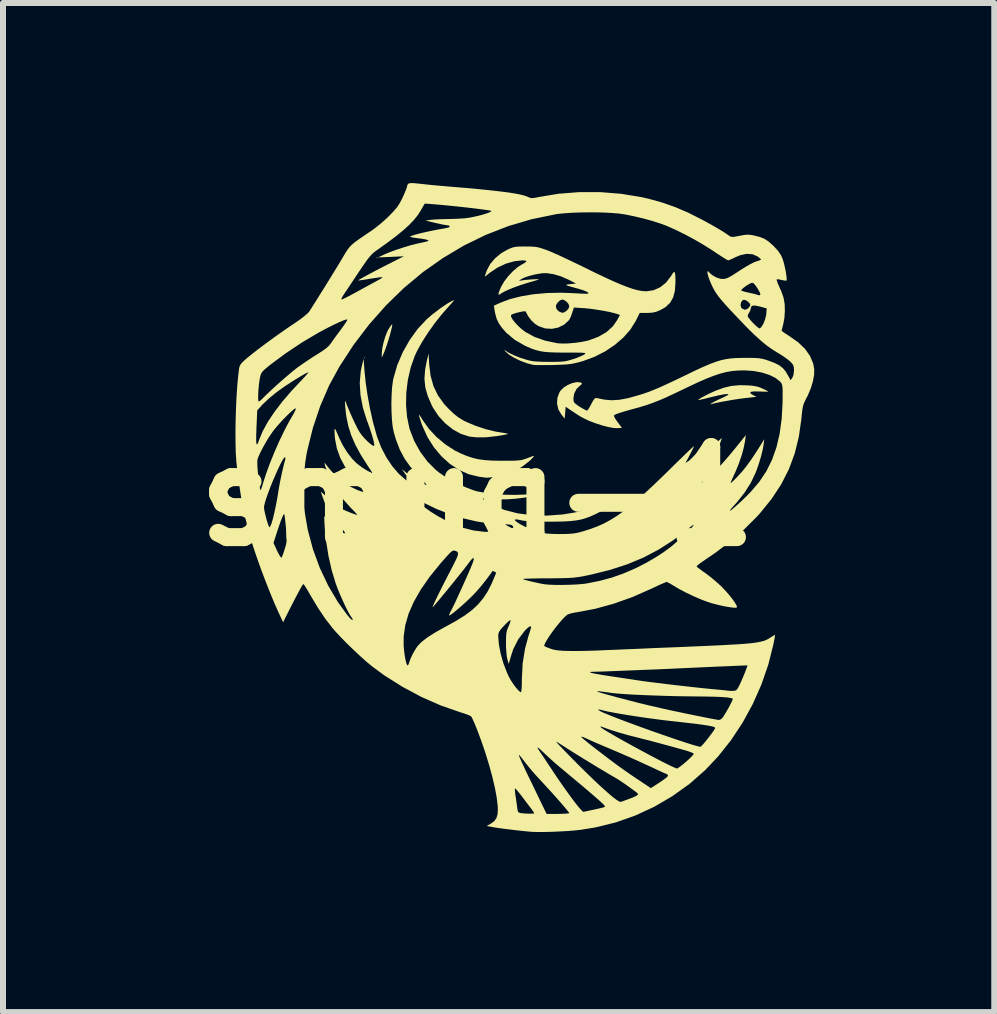
<source format=kicad_pcb>
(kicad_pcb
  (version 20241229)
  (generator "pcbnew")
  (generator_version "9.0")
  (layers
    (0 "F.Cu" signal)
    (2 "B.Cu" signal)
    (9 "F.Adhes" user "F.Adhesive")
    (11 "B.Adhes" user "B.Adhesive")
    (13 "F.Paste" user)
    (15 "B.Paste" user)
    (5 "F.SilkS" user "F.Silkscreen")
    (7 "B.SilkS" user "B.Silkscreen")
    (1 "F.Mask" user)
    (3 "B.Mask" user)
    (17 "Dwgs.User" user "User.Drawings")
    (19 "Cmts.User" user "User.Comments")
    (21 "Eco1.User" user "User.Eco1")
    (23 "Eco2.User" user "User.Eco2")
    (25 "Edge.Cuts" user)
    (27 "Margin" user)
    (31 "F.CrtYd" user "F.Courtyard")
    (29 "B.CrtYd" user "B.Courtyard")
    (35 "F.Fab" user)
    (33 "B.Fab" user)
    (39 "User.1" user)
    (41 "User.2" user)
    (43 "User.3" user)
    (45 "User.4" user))
  (footprint "smug-1"
    (layer "F.Cu")
    (at 4.907 5.221)
    (property "Reference" "smug-1" (at 0 0 0) (layer "F.SilkS") (effects (font (size 1.5 1.5) (thickness 0.3))))
    (attr board_only exclude_from_pos_files exclude_from_bom)
    (fp_poly (pts (xy -1.872 -2.31) (xy -1.881 -2.301) (xy -1.889 -2.31) (xy -1.881 -2.318)) (stroke (width 0) (type solid)) (fill yes) (layer "F.SilkS"))
    (fp_poly (pts (xy -1.666 -3.976) (xy -1.674 -3.967) (xy -1.683 -3.976) (xy -1.674 -3.984)) (stroke (width 0) (type solid)) (fill yes) (layer "F.SilkS"))
    (fp_poly (pts (xy 2.353 0.06) (xy 2.344 0.069) (xy 2.336 0.06) (xy 2.344 0.052)) (stroke (width 0) (type solid)) (fill yes) (layer "F.SilkS"))
    (fp_poly (pts (xy -1.422 -2.853) (xy -1.429 -2.812) (xy -1.444 -2.752) (xy -1.463 -2.68) (xy -1.486 -2.603) (xy -1.51 -2.528) (xy -1.533 -2.461) (xy -1.551 -2.413) (xy -1.596 -2.31) (xy -1.596 -2.38) (xy -1.589 -2.46) (xy -1.569 -2.556) (xy -1.54 -2.655) (xy -1.506 -2.743) (xy -1.483 -2.788) (xy -1.454 -2.832) (xy -1.432 -2.861) (xy -1.423 -2.868)) (stroke (width 0) (type solid)) (fill yes) (layer "F.SilkS"))
    (fp_poly (pts (xy -0.806 -2.198) (xy -0.782 -2.006) (xy -0.734 -1.836) (xy -0.659 -1.681) (xy -0.555 -1.537) (xy -0.474 -1.451) (xy -0.394 -1.375) (xy -0.321 -1.318) (xy -0.246 -1.271) (xy -0.189 -1.242) (xy -0.038 -1.178) (xy 0.129 -1.122) (xy 0.295 -1.081) (xy 0.384 -1.066) (xy 0.444 -1.057) (xy 0.488 -1.048) (xy 0.509 -1.042) (xy 0.509 -1.042) (xy 0.496 -1.037) (xy 0.456 -1.028) (xy 0.395 -1.017) (xy 0.337 -1.007) (xy 0.145 -0.985) (xy -0.019 -0.984) (xy -0.136 -0.997) (xy -0.275 -1.041) (xy -0.41 -1.115) (xy -0.537 -1.216) (xy -0.649 -1.337) (xy -0.742 -1.477) (xy -0.763 -1.517) (xy -0.83 -1.673) (xy -0.871 -1.818) (xy -0.885 -1.961) (xy -0.874 -2.113) (xy -0.846 -2.258) (xy -0.816 -2.379)) (stroke (width 0) (type solid)) (fill yes) (layer "F.SilkS"))
    (fp_poly (pts (xy -0.959 -1.343) (xy -0.93 -1.298) (xy -0.915 -1.272) (xy -0.812 -1.127) (xy -0.683 -0.989) (xy -0.536 -0.866) (xy -0.378 -0.764) (xy -0.28 -0.716) (xy -0.177 -0.673) (xy -0.082 -0.642) (xy 0.014 -0.619) (xy 0.118 -0.605) (xy 0.239 -0.597) (xy 0.385 -0.594) (xy 0.404 -0.594) (xy 0.518 -0.594) (xy 0.604 -0.595) (xy 0.669 -0.599) (xy 0.718 -0.604) (xy 0.758 -0.613) (xy 0.796 -0.625) (xy 0.807 -0.629) (xy 0.865 -0.651) (xy 0.914 -0.669) (xy 0.936 -0.677) (xy 0.94 -0.672) (xy 0.923 -0.649) (xy 0.887 -0.611) (xy 0.867 -0.592) (xy 0.74 -0.493) (xy 0.593 -0.412) (xy 0.436 -0.354) (xy 0.311 -0.328) (xy 0.242 -0.319) (xy 0.187 -0.314) (xy 0.153 -0.311) (xy 0.148 -0.311) (xy 0.122 -0.315) (xy 0.073 -0.321) (xy 0.019 -0.329) (xy -0.149 -0.37) (xy -0.31 -0.442) (xy -0.463 -0.543) (xy -0.603 -0.67) (xy -0.728 -0.819) (xy -0.835 -0.989) (xy -0.92 -1.176) (xy -0.938 -1.226) (xy -0.963 -1.302) (xy -0.975 -1.346) (xy -0.974 -1.36)) (stroke (width 0) (type solid)) (fill yes) (layer "F.SilkS"))
    (fp_poly (pts (xy 4.479 -1.851) (xy 4.572 -1.845) (xy 4.643 -1.834) (xy 4.704 -1.816) (xy 4.745 -1.798) (xy 4.796 -1.774) (xy 4.831 -1.756) (xy 4.843 -1.747) (xy 4.827 -1.745) (xy 4.785 -1.745) (xy 4.724 -1.747) (xy 4.699 -1.748) (xy 4.614 -1.75) (xy 4.561 -1.744) (xy 4.542 -1.73) (xy 4.556 -1.71) (xy 4.589 -1.689) (xy 4.646 -1.659) (xy 4.457 -1.638) (xy 4.369 -1.627) (xy 4.269 -1.612) (xy 4.165 -1.594) (xy 4.065 -1.576) (xy 3.977 -1.558) (xy 3.91 -1.542) (xy 3.886 -1.535) (xy 3.878 -1.536) (xy 3.897 -1.551) (xy 3.907 -1.558) (xy 3.949 -1.581) (xy 4.01 -1.611) (xy 4.073 -1.64) (xy 4.128 -1.666) (xy 4.167 -1.687) (xy 4.181 -1.7) (xy 4.181 -1.701) (xy 4.159 -1.706) (xy 4.107 -1.701) (xy 4.028 -1.686) (xy 3.924 -1.662) (xy 3.847 -1.643) (xy 3.777 -1.626) (xy 3.721 -1.613) (xy 3.686 -1.606) (xy 3.678 -1.606) (xy 3.687 -1.618) (xy 3.721 -1.64) (xy 3.774 -1.669) (xy 3.839 -1.703) (xy 3.911 -1.736) (xy 3.966 -1.761) (xy 4.103 -1.811) (xy 4.231 -1.841) (xy 4.365 -1.853)) (stroke (width 0) (type solid)) (fill yes) (layer "F.SilkS"))
    (fp_poly (pts (xy 0.888 -4.163) (xy 0.955 -4.159) (xy 1.013 -4.149) (xy 1.075 -4.131) (xy 1.151 -4.105) (xy 1.211 -4.081) (xy 1.296 -4.044) (xy 1.399 -3.997) (xy 1.514 -3.943) (xy 1.635 -3.885) (xy 1.735 -3.837) (xy 1.936 -3.738) (xy 2.11 -3.655) (xy 2.26 -3.586) (xy 2.388 -3.531) (xy 2.498 -3.488) (xy 2.591 -3.456) (xy 2.672 -3.435) (xy 2.742 -3.422) (xy 2.805 -3.418) (xy 2.814 -3.418) (xy 2.932 -3.435) (xy 3.042 -3.484) (xy 3.139 -3.561) (xy 3.219 -3.665) (xy 3.228 -3.679) (xy 3.255 -3.722) (xy 3.274 -3.74) (xy 3.286 -3.732) (xy 3.294 -3.694) (xy 3.297 -3.626) (xy 3.297 -3.564) (xy 3.288 -3.427) (xy 3.259 -3.315) (xy 3.207 -3.225) (xy 3.132 -3.154) (xy 3.05 -3.107) (xy 2.979 -3.077) (xy 2.914 -3.062) (xy 2.837 -3.057) (xy 2.823 -3.057) (xy 2.702 -3.057) (xy 2.636 -2.924) (xy 2.548 -2.783) (xy 2.431 -2.649) (xy 2.289 -2.526) (xy 2.127 -2.417) (xy 1.949 -2.326) (xy 1.759 -2.256) (xy 1.707 -2.241) (xy 1.634 -2.223) (xy 1.567 -2.209) (xy 1.497 -2.2) (xy 1.414 -2.195) (xy 1.311 -2.191) (xy 1.254 -2.189) (xy 1.155 -2.188) (xy 1.066 -2.188) (xy 0.994 -2.188) (xy 0.944 -2.19) (xy 0.927 -2.192) (xy 0.821 -2.219) (xy 0.712 -2.26) (xy 0.611 -2.309) (xy 0.526 -2.361) (xy 0.47 -2.41) (xy 0.448 -2.436) (xy 0.446 -2.442) (xy 0.455 -2.436) (xy 0.517 -2.396) (xy 0.604 -2.353) (xy 0.704 -2.312) (xy 0.802 -2.281) (xy 0.864 -2.264) (xy 0.924 -2.253) (xy 0.991 -2.247) (xy 1.074 -2.243) (xy 1.182 -2.242) (xy 1.194 -2.242) (xy 1.297 -2.242) (xy 1.374 -2.244) (xy 1.435 -2.249) (xy 1.487 -2.257) (xy 1.539 -2.271) (xy 1.597 -2.289) (xy 1.668 -2.314) (xy 1.73 -2.34) (xy 1.773 -2.361) (xy 1.782 -2.367) (xy 1.794 -2.377) (xy 1.796 -2.384) (xy 1.785 -2.389) (xy 1.757 -2.393) (xy 1.708 -2.395) (xy 1.634 -2.396) (xy 1.531 -2.396) (xy 1.473 -2.396) (xy 1.329 -2.397) (xy 1.213 -2.401) (xy 1.118 -2.408) (xy 1.036 -2.421) (xy 0.962 -2.441) (xy 0.888 -2.467) (xy 0.807 -2.503) (xy 0.78 -2.516) (xy 0.615 -2.612) (xy 0.476 -2.729) (xy 0.406 -2.81) (xy 0.354 -2.884) (xy 0.319 -2.956) (xy 0.301 -3.021) (xy 0.557 -3.021) (xy 0.559 -2.993) (xy 0.582 -2.95) (xy 0.623 -2.898) (xy 0.676 -2.841) (xy 0.735 -2.787) (xy 0.797 -2.74) (xy 0.799 -2.739) (xy 0.949 -2.657) (xy 1.126 -2.595) (xy 1.326 -2.553) (xy 1.331 -2.552) (xy 1.411 -2.547) (xy 1.513 -2.549) (xy 1.625 -2.559) (xy 1.734 -2.574) (xy 1.83 -2.594) (xy 1.85 -2.599) (xy 2.013 -2.66) (xy 2.148 -2.738) (xy 2.254 -2.834) (xy 2.325 -2.936) (xy 2.372 -3.023) (xy 2.332 -3.038) (xy 2.274 -3.055) (xy 2.191 -3.075) (xy 2.092 -3.094) (xy 1.986 -3.111) (xy 1.883 -3.126) (xy 1.792 -3.135) (xy 1.775 -3.136) (xy 1.605 -3.147) (xy 1.575 -3.055) (xy 1.555 -2.999) (xy 1.534 -2.954) (xy 1.524 -2.937) (xy 1.441 -2.861) (xy 1.343 -2.813) (xy 1.236 -2.792) (xy 1.126 -2.799) (xy 1.021 -2.835) (xy 0.957 -2.875) (xy 0.897 -2.931) (xy 0.843 -3.003) (xy 0.805 -3.074) (xy 0.802 -3.082) (xy 0.784 -3.085) (xy 0.744 -3.08) (xy 0.692 -3.069) (xy 0.637 -3.055) (xy 0.59 -3.039) (xy 0.561 -3.025) (xy 0.557 -3.021) (xy 0.301 -3.021) (xy 0.295 -3.041) (xy 0.283 -3.105) (xy 0.273 -3.17) (xy 1.305 -3.17) (xy 1.316 -3.122) (xy 1.351 -3.086) (xy 1.365 -3.077) (xy 1.406 -3.06) (xy 1.441 -3.065) (xy 1.483 -3.093) (xy 1.516 -3.131) (xy 1.528 -3.169) (xy 1.514 -3.208) (xy 1.48 -3.247) (xy 1.437 -3.274) (xy 1.411 -3.28) (xy 1.374 -3.266) (xy 1.337 -3.233) (xy 1.311 -3.193) (xy 1.305 -3.17) (xy 0.273 -3.17) (xy 0.272 -3.178) (xy 0.385 -3.229) (xy 0.544 -3.289) (xy 0.73 -3.335) (xy 0.936 -3.369) (xy 1.158 -3.389) (xy 1.389 -3.394) (xy 1.58 -3.387) (xy 1.669 -3.382) (xy 1.747 -3.378) (xy 1.805 -3.377) (xy 1.838 -3.378) (xy 1.843 -3.379) (xy 1.846 -3.393) (xy 1.817 -3.412) (xy 1.76 -3.435) (xy 1.677 -3.461) (xy 1.649 -3.468) (xy 1.563 -3.492) (xy 1.508 -3.508) (xy 1.481 -3.519) (xy 1.48 -3.527) (xy 1.502 -3.532) (xy 1.545 -3.537) (xy 1.546 -3.537) (xy 1.64 -3.547) (xy 1.52 -3.609) (xy 1.391 -3.666) (xy 1.265 -3.703) (xy 1.15 -3.72) (xy 1.076 -3.718) (xy 0.971 -3.701) (xy 0.872 -3.677) (xy 0.789 -3.65) (xy 0.731 -3.622) (xy 0.73 -3.621) (xy 0.698 -3.599) (xy 0.694 -3.591) (xy 0.716 -3.595) (xy 0.721 -3.597) (xy 0.756 -3.602) (xy 0.807 -3.608) (xy 0.866 -3.613) (xy 0.926 -3.617) (xy 0.977 -3.619) (xy 1.012 -3.619) (xy 1.023 -3.616) (xy 1.022 -3.616) (xy 0.999 -3.607) (xy 0.951 -3.592) (xy 0.886 -3.573) (xy 0.85 -3.563) (xy 0.734 -3.527) (xy 0.622 -3.488) (xy 0.523 -3.448) (xy 0.443 -3.411) (xy 0.393 -3.382) (xy 0.363 -3.363) (xy 0.348 -3.363) (xy 0.349 -3.385) (xy 0.366 -3.432) (xy 0.394 -3.496) (xy 0.444 -3.582) (xy 0.513 -3.672) (xy 0.593 -3.756) (xy 0.675 -3.825) (xy 0.733 -3.861) (xy 0.789 -3.893) (xy 0.813 -3.915) (xy 0.805 -3.927) (xy 0.764 -3.933) (xy 0.749 -3.933) (xy 0.612 -3.918) (xy 0.469 -3.877) (xy 0.331 -3.812) (xy 0.207 -3.729) (xy 0.19 -3.715) (xy 0.152 -3.684) (xy 0.126 -3.666) (xy 0.12 -3.665) (xy 0.126 -3.684) (xy 0.14 -3.726) (xy 0.156 -3.77) (xy 0.21 -3.871) (xy 0.291 -3.967) (xy 0.392 -4.051) (xy 0.493 -4.109) (xy 0.547 -4.134) (xy 0.592 -4.15) (xy 0.638 -4.159) (xy 0.694 -4.163) (xy 0.772 -4.164) (xy 0.799 -4.164)) (stroke (width 0) (type solid)) (fill yes) (layer "F.SilkS"))
    (fp_poly (pts (xy -1.035 -5.217) (xy -0.948 -5.208) (xy -0.908 -5.204) (xy -0.84 -5.196) (xy -0.748 -5.187) (xy -0.64 -5.177) (xy -0.526 -5.167) (xy -0.453 -5.161) (xy -0.203 -5.14) (xy 0.016 -5.12) (xy 0.204 -5.101) (xy 0.364 -5.083) (xy 0.499 -5.066) (xy 0.61 -5.049) (xy 0.7 -5.032) (xy 0.77 -5.015) (xy 0.823 -4.997) (xy 0.847 -4.986) (xy 0.877 -4.974) (xy 0.909 -4.97) (xy 0.955 -4.975) (xy 1.019 -4.988) (xy 1.35 -5.043) (xy 1.695 -5.07) (xy 2.044 -5.07) (xy 2.391 -5.042) (xy 2.729 -4.987) (xy 2.859 -4.957) (xy 3.081 -4.895) (xy 3.294 -4.82) (xy 3.507 -4.729) (xy 3.731 -4.616) (xy 3.807 -4.575) (xy 3.919 -4.513) (xy 4.007 -4.462) (xy 4.08 -4.418) (xy 4.144 -4.376) (xy 4.199 -4.338) (xy 4.221 -4.327) (xy 4.249 -4.323) (xy 4.293 -4.328) (xy 4.36 -4.341) (xy 4.366 -4.342) (xy 4.441 -4.356) (xy 4.499 -4.361) (xy 4.554 -4.357) (xy 4.606 -4.347) (xy 4.702 -4.323) (xy 4.778 -4.293) (xy 4.847 -4.248) (xy 4.92 -4.184) (xy 4.939 -4.165) (xy 5.008 -4.09) (xy 5.055 -4.019) (xy 5.081 -3.961) (xy 5.099 -3.905) (xy 5.116 -3.836) (xy 5.132 -3.763) (xy 5.143 -3.694) (xy 5.15 -3.638) (xy 5.15 -3.603) (xy 5.147 -3.596) (xy 5.127 -3.595) (xy 5.086 -3.602) (xy 5.066 -3.606) (xy 5.02 -3.616) (xy 4.989 -3.618) (xy 4.984 -3.616) (xy 4.986 -3.597) (xy 5 -3.555) (xy 5.024 -3.5) (xy 5.028 -3.49) (xy 5.059 -3.421) (xy 5.085 -3.351) (xy 5.101 -3.299) (xy 5.117 -3.202) (xy 5.12 -3.087) (xy 5.112 -2.971) (xy 5.094 -2.874) (xy 5.08 -2.818) (xy 5.07 -2.777) (xy 5.066 -2.76) (xy 5.08 -2.748) (xy 5.116 -2.722) (xy 5.169 -2.688) (xy 5.196 -2.67) (xy 5.344 -2.566) (xy 5.458 -2.456) (xy 5.54 -2.339) (xy 5.592 -2.214) (xy 5.609 -2.124) (xy 5.608 -2.031) (xy 5.588 -1.92) (xy 5.552 -1.8) (xy 5.501 -1.679) (xy 5.48 -1.64) (xy 5.454 -1.588) (xy 5.434 -1.543) (xy 5.421 -1.497) (xy 5.411 -1.44) (xy 5.402 -1.365) (xy 5.395 -1.289) (xy 5.353 -0.994) (xy 5.285 -0.717) (xy 5.187 -0.453) (xy 5.059 -0.201) (xy 4.899 0.042) (xy 4.707 0.279) (xy 4.649 0.343) (xy 4.447 0.544) (xy 4.22 0.743) (xy 3.974 0.931) (xy 3.774 1.068) (xy 3.717 1.107) (xy 3.674 1.14) (xy 3.652 1.163) (xy 3.65 1.169) (xy 3.667 1.184) (xy 3.706 1.213) (xy 3.76 1.253) (xy 3.8 1.281) (xy 3.878 1.34) (xy 3.964 1.411) (xy 4.045 1.484) (xy 4.072 1.51) (xy 4.135 1.577) (xy 4.195 1.646) (xy 4.248 1.713) (xy 4.289 1.772) (xy 4.316 1.818) (xy 4.323 1.846) (xy 4.321 1.85) (xy 4.297 1.855) (xy 4.246 1.852) (xy 4.176 1.842) (xy 4.094 1.827) (xy 4.006 1.807) (xy 3.92 1.785) (xy 3.864 1.768) (xy 3.741 1.724) (xy 3.606 1.666) (xy 3.469 1.601) (xy 3.343 1.534) (xy 3.264 1.486) (xy 3.212 1.455) (xy 3.171 1.433) (xy 3.15 1.425) (xy 3.128 1.433) (xy 3.082 1.452) (xy 3.016 1.481) (xy 2.938 1.518) (xy 2.9 1.536) (xy 2.583 1.676) (xy 2.268 1.788) (xy 1.962 1.872) (xy 1.683 1.925) (xy 1.611 1.937) (xy 1.549 1.951) (xy 1.507 1.965) (xy 1.5 1.968) (xy 1.463 1.998) (xy 1.415 2.047) (xy 1.361 2.109) (xy 1.304 2.18) (xy 1.248 2.254) (xy 1.197 2.327) (xy 1.155 2.392) (xy 1.125 2.446) (xy 1.111 2.481) (xy 1.112 2.493) (xy 1.135 2.506) (xy 1.179 2.524) (xy 1.227 2.541) (xy 1.276 2.555) (xy 1.339 2.565) (xy 1.418 2.572) (xy 1.517 2.575) (xy 1.638 2.576) (xy 1.784 2.574) (xy 1.958 2.569) (xy 2.163 2.56) (xy 2.19 2.559) (xy 2.295 2.555) (xy 2.427 2.549) (xy 2.58 2.543) (xy 2.745 2.536) (xy 2.917 2.528) (xy 3.086 2.521) (xy 3.194 2.517) (xy 3.459 2.506) (xy 3.692 2.496) (xy 3.895 2.487) (xy 4.071 2.479) (xy 4.221 2.47) (xy 4.349 2.463) (xy 4.457 2.455) (xy 4.546 2.447) (xy 4.62 2.438) (xy 4.68 2.428) (xy 4.729 2.418) (xy 4.77 2.407) (xy 4.804 2.394) (xy 4.834 2.379) (xy 4.862 2.363) (xy 4.875 2.354) (xy 4.919 2.327) (xy 4.949 2.31) (xy 4.957 2.307) (xy 4.955 2.324) (xy 4.948 2.367) (xy 4.936 2.428) (xy 4.929 2.465) (xy 4.844 2.803) (xy 4.729 3.136) (xy 4.585 3.46) (xy 4.416 3.77) (xy 4.222 4.063) (xy 4.007 4.334) (xy 3.793 4.56) (xy 3.53 4.791) (xy 3.246 4.994) (xy 2.946 5.17) (xy 2.63 5.316) (xy 2.302 5.432) (xy 1.964 5.515) (xy 1.712 5.556) (xy 1.615 5.566) (xy 1.501 5.575) (xy 1.375 5.582) (xy 1.248 5.588) (xy 1.126 5.591) (xy 1.018 5.592) (xy 0.931 5.59) (xy 0.893 5.588) (xy 0.788 5.578) (xy 0.673 5.566) (xy 0.558 5.552) (xy 0.449 5.539) (xy 0.354 5.526) (xy 0.282 5.515) (xy 0.252 5.51) (xy 0.152 5.491) (xy 0.218 5.454) (xy 0.276 5.413) (xy 0.314 5.36) (xy 0.334 5.292) (xy 0.338 5.2) (xy 0.335 5.152) (xy 0.319 5.019) (xy 0.295 4.887) (xy 0.621 4.887) (xy 0.625 4.931) (xy 0.632 4.99) (xy 0.633 4.992) (xy 0.644 5.067) (xy 0.655 5.142) (xy 0.661 5.19) (xy 0.669 5.239) (xy 0.683 5.264) (xy 0.708 5.274) (xy 0.726 5.277) (xy 0.789 5.283) (xy 0.851 5.286) (xy 0.904 5.286) (xy 0.937 5.283) (xy 0.945 5.279) (xy 0.935 5.262) (xy 0.909 5.224) (xy 0.873 5.175) (xy 0.867 5.168) (xy 0.814 5.098) (xy 0.755 5.02) (xy 0.711 4.962) (xy 0.672 4.914) (xy 0.642 4.88) (xy 0.625 4.866) (xy 0.623 4.867) (xy 0.621 4.887) (xy 0.295 4.887) (xy 0.29 4.862) (xy 0.249 4.685) (xy 0.198 4.494) (xy 0.141 4.308) (xy 0.687 4.308) (xy 0.692 4.326) (xy 0.709 4.366) (xy 0.737 4.43) (xy 0.778 4.518) (xy 0.832 4.633) (xy 0.901 4.774) (xy 0.983 4.945) (xy 0.998 4.976) (xy 1.15 5.29) (xy 1.339 5.29) (xy 1.415 5.288) (xy 1.477 5.285) (xy 1.517 5.281) (xy 1.528 5.277) (xy 1.517 5.259) (xy 1.486 5.221) (xy 1.439 5.165) (xy 1.38 5.096) (xy 1.311 5.018) (xy 1.237 4.935) (xy 1.16 4.851) (xy 1.086 4.77) (xy 1.034 4.714) (xy 0.964 4.638) (xy 0.891 4.554) (xy 0.825 4.473) (xy 0.787 4.425) (xy 0.745 4.37) (xy 0.712 4.329) (xy 0.691 4.308) (xy 0.687 4.308) (xy 0.141 4.308) (xy 0.138 4.297) (xy 0.111 4.216) (xy 0.1 4.183) (xy 0.998 4.183) (xy 1.005 4.202) (xy 1.028 4.238) (xy 1.047 4.267) (xy 1.082 4.318) (xy 1.129 4.388) (xy 1.184 4.472) (xy 1.245 4.562) (xy 1.254 4.577) (xy 1.338 4.702) (xy 1.422 4.823) (xy 1.501 4.934) (xy 1.574 5.035) (xy 1.639 5.12) (xy 1.693 5.187) (xy 1.734 5.233) (xy 1.758 5.254) (xy 1.762 5.255) (xy 1.781 5.252) (xy 1.826 5.243) (xy 1.889 5.229) (xy 1.937 5.219) (xy 2.009 5.203) (xy 2.069 5.189) (xy 2.107 5.178) (xy 2.118 5.174) (xy 2.122 5.17) (xy 2.121 5.161) (xy 2.112 5.148) (xy 2.095 5.129) (xy 2.066 5.101) (xy 2.024 5.063) (xy 1.968 5.014) (xy 1.895 4.951) (xy 1.804 4.873) (xy 1.692 4.779) (xy 1.558 4.667) (xy 1.4 4.535) (xy 1.357 4.499) (xy 1.282 4.435) (xy 1.2 4.361) (xy 1.126 4.292) (xy 1.112 4.279) (xy 1.051 4.221) (xy 1.013 4.189) (xy 0.998 4.183) (xy 0.1 4.183) (xy 0.07 4.097) (xy 0.067 4.087) (xy 1.31 4.087) (xy 1.319 4.099) (xy 1.348 4.132) (xy 1.397 4.183) (xy 1.461 4.25) (xy 1.538 4.329) (xy 1.625 4.417) (xy 1.657 4.45) (xy 1.803 4.594) (xy 1.936 4.723) (xy 2.055 4.835) (xy 2.159 4.928) (xy 2.245 5.002) (xy 2.313 5.054) (xy 2.361 5.084) (xy 2.387 5.09) (xy 2.418 5.079) (xy 2.467 5.061) (xy 2.499 5.049) (xy 2.585 5.017) (xy 2.641 4.991) (xy 2.67 4.971) (xy 2.674 4.957) (xy 2.659 4.941) (xy 2.621 4.911) (xy 2.567 4.872) (xy 2.504 4.826) (xy 2.438 4.78) (xy 2.376 4.738) (xy 2.323 4.704) (xy 2.288 4.683) (xy 2.247 4.66) (xy 2.182 4.622) (xy 2.099 4.572) (xy 2.003 4.515) (xy 1.9 4.452) (xy 1.796 4.389) (xy 1.696 4.327) (xy 1.606 4.271) (xy 1.531 4.224) (xy 1.476 4.189) (xy 1.473 4.187) (xy 1.41 4.146) (xy 1.357 4.113) (xy 1.322 4.092) (xy 1.31 4.087) (xy 0.067 4.087) (xy 0.036 4.004) (xy 1.727 4.004) (xy 1.736 4.017) (xy 1.772 4.049) (xy 1.835 4.101) (xy 1.925 4.172) (xy 2.042 4.262) (xy 2.187 4.373) (xy 2.25 4.42) (xy 2.333 4.482) (xy 2.434 4.554) (xy 2.54 4.628) (xy 2.64 4.696) (xy 2.658 4.708) (xy 2.887 4.86) (xy 2.959 4.814) (xy 3.019 4.775) (xy 3.084 4.731) (xy 3.104 4.717) (xy 3.153 4.68) (xy 3.173 4.654) (xy 3.167 4.636) (xy 3.139 4.621) (xy 3.108 4.608) (xy 3.054 4.584) (xy 2.985 4.552) (xy 2.92 4.521) (xy 2.585 4.368) (xy 2.344 4.263) (xy 2.191 4.198) (xy 2.066 4.145) (xy 1.967 4.103) (xy 1.891 4.069) (xy 1.836 4.044) (xy 1.808 4.031) (xy 1.763 4.012) (xy 1.733 4.003) (xy 1.727 4.004) (xy 0.036 4.004) (xy 0.028 3.982) (xy -0.011 3.878) (xy -0.03 3.832) (xy 2.048 3.832) (xy 2.049 3.842) (xy 2.07 3.86) (xy 2.117 3.891) (xy 2.187 3.933) (xy 2.275 3.984) (xy 2.378 4.043) (xy 2.492 4.106) (xy 2.611 4.172) (xy 2.734 4.238) (xy 2.855 4.303) (xy 2.97 4.364) (xy 3.076 4.419) (xy 3.168 4.465) (xy 3.243 4.501) (xy 3.296 4.525) (xy 3.323 4.534) (xy 3.324 4.534) (xy 3.344 4.523) (xy 3.383 4.495) (xy 3.436 4.453) (xy 3.475 4.42) (xy 3.53 4.37) (xy 3.572 4.328) (xy 3.597 4.298) (xy 3.602 4.288) (xy 3.583 4.274) (xy 3.541 4.257) (xy 3.485 4.238) (xy 3.289 4.183) (xy 3.084 4.127) (xy 2.883 4.073) (xy 2.698 4.026) (xy 2.639 4.011) (xy 2.498 3.975) (xy 2.361 3.936) (xy 2.236 3.897) (xy 2.131 3.861) (xy 2.071 3.838) (xy 2.048 3.832) (xy -0.03 3.832) (xy -0.047 3.789) (xy -0.078 3.72) (xy -0.1 3.676) (xy -0.109 3.664) (xy -0.133 3.651) (xy -0.182 3.631) (xy -0.247 3.609) (xy -0.283 3.598) (xy -0.418 3.551) (xy 2.012 3.551) (xy 2.019 3.563) (xy 2.053 3.583) (xy 2.113 3.611) (xy 2.117 3.612) (xy 2.219 3.654) (xy 2.339 3.701) (xy 2.473 3.752) (xy 2.617 3.805) (xy 2.768 3.86) (xy 2.92 3.915) (xy 3.07 3.967) (xy 3.214 4.017) (xy 3.347 4.062) (xy 3.467 4.102) (xy 3.568 4.134) (xy 3.647 4.157) (xy 3.7 4.17) (xy 3.714 4.172) (xy 3.729 4.16) (xy 3.761 4.126) (xy 3.803 4.076) (xy 3.843 4.026) (xy 3.89 3.964) (xy 3.928 3.912) (xy 3.952 3.874) (xy 3.959 3.859) (xy 3.953 3.849) (xy 3.933 3.839) (xy 3.897 3.829) (xy 3.843 3.819) (xy 3.767 3.807) (xy 3.666 3.793) (xy 3.539 3.778) (xy 3.383 3.76) (xy 3.237 3.744) (xy 3.105 3.729) (xy 2.961 3.71) (xy 2.812 3.69) (xy 2.663 3.668) (xy 2.519 3.646) (xy 2.386 3.624) (xy 2.269 3.603) (xy 2.173 3.585) (xy 2.103 3.569) (xy 2.085 3.564) (xy 2.034 3.551) (xy 2.012 3.551) (xy -0.418 3.551) (xy -0.609 3.485) (xy -0.934 3.342) (xy -1.25 3.173) (xy -1.552 2.983) (xy -1.752 2.836) (xy -1.844 2.76) (xy -1.95 2.666) (xy -2.063 2.56) (xy -2.146 2.48) (xy -1.232 2.48) (xy -1.224 2.571) (xy -1.213 2.655) (xy -1.2 2.728) (xy -1.185 2.783) (xy -1.171 2.813) (xy -1.165 2.816) (xy -1.152 2.802) (xy -1.14 2.769) (xy -1.12 2.711) (xy -1.086 2.637) (xy -1.045 2.563) (xy -1.004 2.5) (xy -1 2.494) (xy -0.934 2.425) (xy -0.835 2.349) (xy -0.801 2.327) (xy 0.344 2.327) (xy 0.355 2.464) (xy 0.384 2.617) (xy 0.429 2.777) (xy 0.489 2.933) (xy 0.52 3.001) (xy 0.554 3.063) (xy 0.595 3.126) (xy 0.639 3.185) (xy 0.679 3.231) (xy 0.711 3.259) (xy 0.723 3.263) (xy 0.728 3.249) (xy 1.991 3.249) (xy 2.014 3.259) (xy 2.068 3.276) (xy 2.155 3.301) (xy 2.274 3.333) (xy 2.301 3.341) (xy 2.507 3.395) (xy 2.698 3.444) (xy 2.884 3.489) (xy 3.072 3.532) (xy 3.272 3.576) (xy 3.492 3.622) (xy 3.624 3.649) (xy 3.733 3.671) (xy 3.832 3.691) (xy 3.916 3.707) (xy 3.978 3.718) (xy 4.014 3.725) (xy 4.02 3.725) (xy 4.053 3.714) (xy 4.074 3.697) (xy 4.099 3.663) (xy 4.13 3.613) (xy 4.165 3.553) (xy 4.199 3.492) (xy 4.227 3.436) (xy 4.247 3.393) (xy 4.252 3.371) (xy 4.252 3.37) (xy 4.222 3.359) (xy 4.158 3.349) (xy 4.06 3.342) (xy 3.929 3.337) (xy 3.764 3.334) (xy 3.667 3.333) (xy 3.489 3.331) (xy 3.305 3.328) (xy 3.119 3.323) (xy 2.937 3.317) (xy 2.763 3.31) (xy 2.602 3.303) (xy 2.458 3.294) (xy 2.337 3.285) (xy 2.243 3.276) (xy 2.208 3.271) (xy 2.109 3.257) (xy 2.039 3.248) (xy 2 3.245) (xy 1.991 3.249) (xy 0.728 3.249) (xy 0.729 3.247) (xy 0.734 3.203) (xy 0.737 3.137) (xy 0.738 3.056) (xy 0.738 3.043) (xy 0.744 2.928) (xy 1.873 2.928) (xy 1.882 2.936) (xy 1.923 2.947) (xy 1.997 2.961) (xy 2.104 2.979) (xy 2.215 2.996) (xy 2.328 3.013) (xy 2.443 3.03) (xy 2.55 3.046) (xy 2.639 3.06) (xy 2.679 3.066) (xy 2.759 3.078) (xy 2.867 3.092) (xy 2.997 3.108) (xy 3.141 3.126) (xy 3.293 3.144) (xy 3.446 3.161) (xy 3.595 3.178) (xy 3.733 3.193) (xy 3.853 3.205) (xy 3.924 3.212) (xy 4.01 3.22) (xy 4.085 3.227) (xy 4.141 3.233) (xy 4.171 3.237) (xy 4.173 3.237) (xy 4.207 3.24) (xy 4.256 3.24) (xy 4.259 3.24) (xy 4.293 3.236) (xy 4.317 3.223) (xy 4.338 3.193) (xy 4.366 3.14) (xy 4.369 3.134) (xy 4.403 3.058) (xy 4.439 2.973) (xy 4.459 2.924) (xy 4.499 2.816) (xy 4.461 2.817) (xy 4.436 2.817) (xy 4.38 2.82) (xy 4.298 2.823) (xy 4.193 2.828) (xy 4.068 2.833) (xy 3.928 2.839) (xy 3.776 2.846) (xy 3.684 2.85) (xy 3.442 2.861) (xy 3.208 2.872) (xy 2.985 2.882) (xy 2.775 2.89) (xy 2.581 2.898) (xy 2.407 2.905) (xy 2.255 2.911) (xy 2.127 2.916) (xy 2.028 2.919) (xy 1.959 2.921) (xy 1.949 2.921) (xy 1.895 2.923) (xy 1.873 2.928) (xy 0.744 2.928) (xy 0.751 2.783) (xy 0.791 2.537) (xy 0.843 2.342) (xy 0.865 2.274) (xy 0.882 2.218) (xy 0.891 2.183) (xy 0.893 2.175) (xy 0.883 2.163) (xy 0.855 2.175) (xy 0.814 2.209) (xy 0.787 2.237) (xy 0.678 2.381) (xy 0.595 2.545) (xy 0.561 2.646) (xy 0.519 2.791) (xy 0.496 2.713) (xy 0.486 2.662) (xy 0.479 2.587) (xy 0.474 2.5) (xy 0.474 2.447) (xy 0.474 2.36) (xy 0.478 2.296) (xy 0.486 2.247) (xy 0.5 2.203) (xy 0.519 2.16) (xy 0.54 2.108) (xy 0.55 2.073) (xy 0.546 2.061) (xy 0.526 2.073) (xy 0.491 2.104) (xy 0.446 2.149) (xy 0.436 2.16) (xy 0.388 2.213) (xy 0.36 2.253) (xy 0.347 2.288) (xy 0.344 2.327) (xy -0.801 2.327) (xy -0.703 2.265) (xy -0.54 2.174) (xy -0.538 2.173) (xy -0.362 2.076) (xy -0.215 1.985) (xy -0.093 1.894) (xy 0.009 1.799) (xy 0.095 1.696) (xy 0.17 1.581) (xy 0.237 1.448) (xy 0.267 1.376) (xy 0.756 1.376) (xy 0.771 1.384) (xy 0.812 1.396) (xy 0.871 1.412) (xy 0.94 1.428) (xy 1.011 1.444) (xy 1.076 1.457) (xy 1.125 1.465) (xy 1.202 1.471) (xy 1.303 1.475) (xy 1.418 1.475) (xy 1.538 1.472) (xy 1.652 1.467) (xy 1.75 1.459) (xy 1.814 1.451) (xy 2.035 1.407) (xy 2.236 1.353) (xy 2.428 1.285) (xy 2.626 1.2) (xy 2.671 1.178) (xy 2.818 1.102) (xy 2.964 1.017) (xy 3.097 0.931) (xy 3.21 0.848) (xy 3.246 0.819) (xy 3.362 0.718) (xy 3.457 0.631) (xy 3.53 0.56) (xy 3.578 0.508) (xy 3.585 0.499) (xy 3.601 0.475) (xy 3.6 0.47) (xy 3.578 0.484) (xy 3.535 0.518) (xy 3.494 0.551) (xy 3.26 0.73) (xy 3.018 0.885) (xy 2.766 1.018) (xy 2.498 1.13) (xy 2.209 1.224) (xy 1.895 1.302) (xy 1.786 1.325) (xy 1.717 1.338) (xy 1.652 1.347) (xy 1.586 1.355) (xy 1.511 1.359) (xy 1.421 1.362) (xy 1.31 1.364) (xy 1.172 1.365) (xy 1.057 1.365) (xy 0.953 1.367) (xy 0.867 1.369) (xy 0.803 1.371) (xy 0.764 1.374) (xy 0.756 1.376) (xy 0.267 1.376) (xy 0.297 1.305) (xy 0.33 1.218) (xy 0.349 1.158) (xy 0.355 1.128) (xy 0.346 1.125) (xy 0.32 1.151) (xy 0.278 1.205) (xy 0.218 1.288) (xy 0.202 1.31) (xy 0.137 1.397) (xy 0.061 1.492) (xy -0.015 1.58) (xy -0.06 1.629) (xy -0.116 1.685) (xy -0.18 1.746) (xy -0.248 1.808) (xy -0.315 1.866) (xy -0.376 1.917) (xy -0.427 1.957) (xy -0.462 1.981) (xy -0.476 1.985) (xy -0.472 1.968) (xy -0.455 1.93) (xy -0.433 1.887) (xy -0.409 1.84) (xy -0.375 1.77) (xy -0.334 1.681) (xy -0.288 1.58) (xy -0.24 1.475) (xy -0.193 1.37) (xy -0.15 1.273) (xy -0.114 1.189) (xy -0.088 1.126) (xy -0.076 1.095) (xy -0.063 1.046) (xy -0.067 1.026) (xy -0.087 1.035) (xy -0.12 1.072) (xy -0.135 1.093) (xy -0.165 1.133) (xy -0.21 1.191) (xy -0.266 1.263) (xy -0.331 1.343) (xy -0.4 1.43) (xy -0.471 1.517) (xy -0.541 1.602) (xy -0.606 1.681) (xy -0.663 1.749) (xy -0.708 1.802) (xy -0.738 1.836) (xy -0.751 1.848) (xy -0.751 1.848) (xy -0.746 1.831) (xy -0.727 1.786) (xy -0.695 1.719) (xy -0.653 1.632) (xy -0.602 1.529) (xy -0.543 1.413) (xy -0.479 1.289) (xy -0.422 1.179) (xy -0.375 1.086) (xy -0.343 1.019) (xy -0.327 0.972) (xy -0.326 0.941) (xy -0.339 0.921) (xy -0.365 0.909) (xy -0.381 0.904) (xy -0.399 0.902) (xy -0.418 0.908) (xy -0.442 0.925) (xy -0.474 0.956) (xy -0.52 1.006) (xy -0.582 1.076) (xy -0.617 1.116) (xy -0.797 1.338) (xy -0.945 1.551) (xy -1.062 1.755) (xy -1.148 1.951) (xy -1.204 2.143) (xy -1.231 2.33) (xy -1.232 2.48) (xy -2.146 2.48) (xy -2.176 2.451) (xy -2.281 2.344) (xy -2.371 2.247) (xy -2.413 2.198) (xy -2.538 2.037) (xy -2.658 1.859) (xy -2.78 1.655) (xy -2.791 1.636) (xy -2.83 1.567) (xy -2.865 1.511) (xy -2.89 1.473) (xy -2.902 1.46) (xy -2.915 1.475) (xy -2.941 1.517) (xy -2.978 1.585) (xy -3.025 1.673) (xy -3.081 1.781) (xy -3.143 1.903) (xy -3.186 1.989) (xy -3.24 2.097) (xy -3.314 1.938) (xy -3.383 1.784) (xy -3.456 1.607) (xy -3.531 1.417) (xy -3.605 1.222) (xy -3.673 1.031) (xy -3.734 0.852) (xy -3.758 0.775) (xy -3.4 0.775) (xy -3.34 0.906) (xy -3.311 0.963) (xy -3.286 1.004) (xy -3.269 1.021) (xy -3.266 1.021) (xy -3.255 0.998) (xy -3.237 0.951) (xy -3.217 0.889) (xy -3.212 0.872) (xy -3.195 0.816) (xy -3.185 0.77) (xy -3.18 0.726) (xy -3.18 0.675) (xy -3.184 0.608) (xy -3.193 0.52) (xy -3.201 0.437) (xy -3.209 0.368) (xy -3.215 0.319) (xy -3.22 0.296) (xy -3.22 0.295) (xy -3.232 0.302) (xy -3.251 0.34) (xy -3.279 0.409) (xy -3.314 0.511) (xy -3.334 0.57) (xy -3.4 0.775) (xy -3.758 0.775) (xy -3.783 0.695) (xy -3.787 0.682) (xy -3.868 0.365) (xy -3.907 0.177) (xy -3.558 0.177) (xy -3.556 0.21) (xy -3.546 0.263) (xy -3.531 0.326) (xy -3.514 0.391) (xy -3.496 0.45) (xy -3.48 0.494) (xy -3.469 0.515) (xy -3.468 0.515) (xy -3.455 0.5) (xy -3.438 0.463) (xy -3.428 0.434) (xy -3.408 0.364) (xy -3.385 0.269) (xy -3.362 0.158) (xy -3.339 0.039) (xy -3.32 -0.078) (xy -3.317 -0.097) (xy -2.9 -0.097) (xy -2.898 0.055) (xy -2.891 0.186) (xy -2.887 0.223) (xy -2.83 0.553) (xy -2.744 0.876) (xy -2.63 1.188) (xy -2.489 1.486) (xy -2.324 1.765) (xy -2.173 1.973) (xy -2.133 2.021) (xy -2.101 2.052) (xy -2.083 2.063) (xy -2.081 2.061) (xy -2.086 2.034) (xy -2.101 2.013) (xy -2.127 1.975) (xy -2.162 1.911) (xy -2.204 1.828) (xy -2.248 1.733) (xy -2.292 1.633) (xy -2.333 1.533) (xy -2.367 1.441) (xy -2.367 1.44) (xy -2.431 1.227) (xy -2.484 0.993) (xy -2.523 0.747) (xy -2.542 0.568) (xy -2.548 0.483) (xy -2.552 0.412) (xy -2.554 0.36) (xy -2.554 0.334) (xy -2.553 0.332) (xy -2.541 0.341) (xy -2.516 0.37) (xy -2.502 0.39) (xy -2.466 0.433) (xy -2.418 0.479) (xy -2.362 0.526) (xy -2.307 0.568) (xy -2.257 0.599) (xy -2.221 0.615) (xy -2.206 0.614) (xy -2.212 0.598) (xy -2.236 0.566) (xy -2.26 0.539) (xy -2.357 0.429) (xy -2.432 0.329) (xy -2.491 0.228) (xy -2.541 0.119) (xy -2.565 0.055) (xy -2.587 -0.005) (xy -2.603 -0.052) (xy -2.61 -0.076) (xy -2.61 -0.078) (xy -2.599 -0.069) (xy -2.569 -0.042) (xy -2.525 0.001) (xy -2.492 0.034) (xy -2.429 0.092) (xy -2.364 0.145) (xy -2.306 0.185) (xy -2.288 0.196) (xy -2.231 0.223) (xy -2.166 0.251) (xy -2.102 0.277) (xy -2.047 0.297) (xy -2.011 0.308) (xy -2.005 0.309) (xy -2.011 0.298) (xy -2.037 0.268) (xy -2.08 0.223) (xy -2.126 0.176) (xy -2.236 0.052) (xy -1.007 0.052) (xy -1.004 0.062) (xy -0.982 0.09) (xy -0.961 0.113) (xy -0.884 0.181) (xy -0.782 0.254) (xy -0.663 0.328) (xy -0.533 0.399) (xy -0.401 0.462) (xy -0.274 0.513) (xy -0.243 0.523) (xy -0.074 0.566) (xy 0.106 0.589) (xy 0.283 0.592) (xy 0.448 0.573) (xy 0.472 0.568) (xy 0.543 0.55) (xy 0.583 0.533) (xy 0.596 0.515) (xy 0.587 0.493) (xy 0.585 0.491) (xy 0.564 0.476) (xy 0.525 0.468) (xy 0.461 0.464) (xy 0.421 0.464) (xy 0.215 0.452) (xy -0.007 0.419) (xy -0.236 0.366) (xy -0.464 0.295) (xy -0.682 0.21) (xy -0.871 0.119) (xy -0.93 0.088) (xy -0.977 0.064) (xy -1.004 0.052) (xy -1.007 0.052) (xy -2.236 0.052) (xy -2.271 0.012) (xy -2.391 -0.165) (xy -2.485 -0.35) (xy -2.541 -0.512) (xy -2.55 -0.551) (xy -2.549 -0.56) (xy -2.536 -0.545) (xy -2.533 -0.541) (xy -2.475 -0.467) (xy -2.405 -0.387) (xy -2.332 -0.313) (xy -2.266 -0.256) (xy -2.258 -0.249) (xy -2.185 -0.2) (xy -2.098 -0.152) (xy -2.01 -0.11) (xy -1.933 -0.081) (xy -1.913 -0.076) (xy -1.863 -0.064) (xy -1.934 -0.14) (xy -2.082 -0.311) (xy -2.199 -0.477) (xy -2.286 -0.638) (xy -2.344 -0.798) (xy -2.375 -0.959) (xy -2.38 -1.013) (xy -2.383 -1.078) (xy -2.383 -1.117) (xy -2.378 -1.128) (xy -2.366 -1.112) (xy -2.345 -1.066) (xy -2.312 -0.99) (xy -2.304 -0.97) (xy -2.245 -0.851) (xy -2.172 -0.734) (xy -2.092 -0.63) (xy -2.021 -0.557) (xy -1.975 -0.521) (xy -1.922 -0.481) (xy -1.866 -0.444) (xy -1.815 -0.412) (xy -1.775 -0.391) (xy -1.754 -0.384) (xy -1.752 -0.386) (xy -1.761 -0.403) (xy -1.784 -0.442) (xy -1.819 -0.494) (xy -1.835 -0.519) (xy -1.949 -0.699) (xy -2.038 -0.864) (xy -2.106 -1.021) (xy -2.155 -1.177) (xy -2.188 -1.338) (xy -2.205 -1.494) (xy -2.209 -1.557) (xy -2.209 -1.588) (xy -2.205 -1.592) (xy -2.196 -1.572) (xy -2.196 -1.571) (xy -2.164 -1.49) (xy -2.125 -1.397) (xy -2.082 -1.301) (xy -2.039 -1.21) (xy -2.001 -1.133) (xy -1.97 -1.078) (xy -1.967 -1.073) (xy -1.929 -1.021) (xy -1.883 -0.967) (xy -1.835 -0.918) (xy -1.789 -0.877) (xy -1.751 -0.85) (xy -1.727 -0.841) (xy -1.721 -0.847) (xy -1.723 -0.882) (xy -1.737 -0.944) (xy -1.761 -1.027) (xy -1.793 -1.126) (xy -1.832 -1.235) (xy -1.844 -1.265) (xy -1.911 -1.479) (xy -1.951 -1.69) (xy -1.963 -1.893) (xy -1.946 -2.085) (xy -1.932 -2.155) (xy -1.899 -2.293) (xy -1.885 -2.104) (xy -1.865 -1.902) (xy -1.833 -1.684) (xy -1.792 -1.461) (xy -1.744 -1.245) (xy -1.69 -1.048) (xy -1.672 -0.987) (xy -1.605 -0.814) (xy -1.52 -0.651) (xy -1.421 -0.503) (xy -1.312 -0.376) (xy -1.197 -0.276) (xy -1.173 -0.259) (xy -1.12 -0.227) (xy -1.091 -0.216) (xy -1.087 -0.227) (xy -1.11 -0.259) (xy -1.128 -0.279) (xy -1.172 -0.331) (xy -1.215 -0.387) (xy -1.22 -0.395) (xy -1.261 -0.455) (xy -1.176 -0.385) (xy -1.128 -0.349) (xy -1.067 -0.308) (xy -1.002 -0.267) (xy -0.94 -0.23) (xy -0.888 -0.203) (xy -0.854 -0.19) (xy -0.85 -0.189) (xy -0.855 -0.2) (xy -0.881 -0.232) (xy -0.924 -0.278) (xy -0.978 -0.336) (xy -0.99 -0.348) (xy -1.116 -0.489) (xy -1.216 -0.629) (xy -1.295 -0.777) (xy -1.359 -0.944) (xy -1.397 -1.073) (xy -1.415 -1.165) (xy -1.427 -1.282) (xy -1.434 -1.415) (xy -1.436 -1.555) (xy -1.432 -1.694) (xy -1.424 -1.822) (xy -1.409 -1.931) (xy -1.402 -1.966) (xy -1.338 -2.188) (xy -1.246 -2.403) (xy -1.132 -2.605) (xy -0.998 -2.79) (xy -0.848 -2.951) (xy -0.76 -3.027) (xy -0.62 -3.134) (xy -0.5 -3.215) (xy -0.429 -3.255) (xy -0.403 -3.267) (xy -0.393 -3.268) (xy -0.402 -3.253) (xy -0.431 -3.22) (xy -0.472 -3.175) (xy -0.596 -3.034) (xy -0.717 -2.881) (xy -0.829 -2.723) (xy -0.928 -2.568) (xy -1.008 -2.423) (xy -1.048 -2.337) (xy -1.114 -2.149) (xy -1.161 -1.945) (xy -1.187 -1.735) (xy -1.192 -1.526) (xy -1.175 -1.326) (xy -1.137 -1.142) (xy -1.131 -1.12) (xy -1.056 -0.925) (xy -0.955 -0.743) (xy -0.834 -0.58) (xy -0.696 -0.442) (xy -0.642 -0.398) (xy -0.546 -0.333) (xy -0.431 -0.266) (xy -0.308 -0.202) (xy -0.186 -0.147) (xy -0.075 -0.105) (xy -0.014 -0.086) (xy 0.123 -0.06) (xy 0.283 -0.04) (xy 0.457 -0.028) (xy 0.633 -0.025) (xy 0.804 -0.032) (xy 0.847 -0.035) (xy 0.933 -0.042) (xy 1.007 -0.046) (xy 1.061 -0.048) (xy 1.09 -0.048) (xy 1.092 -0.047) (xy 1.081 -0.04) (xy 1.04 -0.028) (xy 0.972 -0.014) (xy 0.882 0.003) (xy 0.773 0.021) (xy 0.73 0.027) (xy 0.628 0.039) (xy 0.513 0.047) (xy 0.396 0.05) (xy 0.288 0.048) (xy 0.197 0.042) (xy 0.159 0.036) (xy 0.107 0.03) (xy 0.087 0.036) (xy 0.096 0.054) (xy 0.134 0.082) (xy 0.201 0.12) (xy 0.245 0.143) (xy 0.446 0.225) (xy 0.667 0.282) (xy 0.905 0.313) (xy 1.155 0.32) (xy 1.414 0.301) (xy 1.597 0.272) (xy 1.731 0.244) (xy 1.875 0.208) (xy 2.016 0.168) (xy 2.144 0.127) (xy 2.213 0.103) (xy 2.264 0.085) (xy 2.301 0.075) (xy 2.314 0.076) (xy 2.305 0.089) (xy 2.273 0.114) (xy 2.222 0.149) (xy 2.16 0.188) (xy 2.092 0.228) (xy 2.025 0.265) (xy 1.976 0.29) (xy 1.889 0.33) (xy 1.807 0.361) (xy 1.726 0.385) (xy 1.638 0.401) (xy 1.537 0.412) (xy 1.418 0.418) (xy 1.273 0.421) (xy 1.202 0.421) (xy 1.047 0.42) (xy 0.923 0.417) (xy 0.828 0.412) (xy 0.759 0.404) (xy 0.725 0.397) (xy 0.66 0.384) (xy 0.626 0.384) (xy 0.622 0.398) (xy 0.648 0.422) (xy 0.702 0.458) (xy 0.773 0.496) (xy 0.879 0.547) (xy 0.974 0.584) (xy 1.069 0.607) (xy 1.173 0.621) (xy 1.296 0.626) (xy 1.357 0.627) (xy 1.46 0.626) (xy 1.539 0.623) (xy 1.603 0.617) (xy 1.661 0.607) (xy 1.723 0.591) (xy 1.769 0.578) (xy 1.885 0.541) (xy 1.995 0.5) (xy 2.101 0.453) (xy 2.205 0.397) (xy 2.311 0.332) (xy 2.421 0.255) (xy 2.538 0.164) (xy 2.665 0.056) (xy 2.805 -0.07) (xy 2.961 -0.216) (xy 3.135 -0.384) (xy 3.25 -0.498) (xy 3.341 -0.587) (xy 3.423 -0.666) (xy 3.493 -0.734) (xy 3.549 -0.787) (xy 3.588 -0.823) (xy 3.606 -0.838) (xy 3.607 -0.838) (xy 3.599 -0.818) (xy 3.578 -0.775) (xy 3.548 -0.716) (xy 3.513 -0.648) (xy 3.475 -0.577) (xy 3.439 -0.511) (xy 3.409 -0.457) (xy 3.392 -0.429) (xy 3.358 -0.374) (xy 3.34 -0.342) (xy 3.334 -0.329) (xy 3.34 -0.329) (xy 3.351 -0.335) (xy 3.409 -0.375) (xy 3.49 -0.44) (xy 3.593 -0.529) (xy 3.716 -0.641) (xy 3.86 -0.777) (xy 3.886 -0.802) (xy 3.95 -0.863) (xy 4.004 -0.915) (xy 4.045 -0.952) (xy 4.067 -0.972) (xy 4.07 -0.974) (xy 4.065 -0.956) (xy 4.051 -0.914) (xy 4.031 -0.854) (xy 4.021 -0.823) (xy 3.961 -0.665) (xy 3.89 -0.509) (xy 3.814 -0.368) (xy 3.789 -0.327) (xy 3.759 -0.278) (xy 3.74 -0.241) (xy 3.736 -0.226) (xy 3.755 -0.23) (xy 3.793 -0.257) (xy 3.847 -0.306) (xy 3.914 -0.372) (xy 3.991 -0.453) (xy 4.075 -0.546) (xy 4.164 -0.647) (xy 4.254 -0.754) (xy 4.312 -0.825) (xy 4.47 -1.022) (xy 4.458 -0.931) (xy 4.436 -0.816) (xy 4.4 -0.682) (xy 4.351 -0.541) (xy 4.295 -0.405) (xy 4.286 -0.386) (xy 4.255 -0.319) (xy 4.232 -0.266) (xy 4.218 -0.232) (xy 4.216 -0.223) (xy 4.235 -0.235) (xy 4.27 -0.268) (xy 4.317 -0.315) (xy 4.37 -0.373) (xy 4.411 -0.418) (xy 4.477 -0.5) (xy 4.549 -0.599) (xy 4.63 -0.719) (xy 4.713 -0.85) (xy 4.777 -0.953) (xy 4.765 -0.859) (xy 4.75 -0.775) (xy 4.724 -0.671) (xy 4.691 -0.559) (xy 4.654 -0.45) (xy 4.633 -0.395) (xy 4.555 -0.231) (xy 4.451 -0.066) (xy 4.329 0.089) (xy 4.278 0.146) (xy 4.238 0.19) (xy 4.211 0.223) (xy 4.203 0.24) (xy 4.204 0.24) (xy 4.224 0.229) (xy 4.262 0.198) (xy 4.315 0.152) (xy 4.377 0.096) (xy 4.442 0.034) (xy 4.506 -0.029) (xy 4.557 -0.082) (xy 4.696 -0.246) (xy 4.813 -0.422) (xy 4.907 -0.612) (xy 4.98 -0.818) (xy 5.033 -1.044) (xy 5.067 -1.293) (xy 5.082 -1.568) (xy 5.083 -1.679) (xy 5.083 -1.763) (xy 5.08 -1.82) (xy 5.074 -1.858) (xy 5.064 -1.884) (xy 5.047 -1.906) (xy 5.043 -1.911) (xy 4.966 -1.973) (xy 4.862 -2.024) (xy 4.737 -2.064) (xy 4.597 -2.09) (xy 4.449 -2.1) (xy 4.431 -2.1) (xy 4.33 -2.097) (xy 4.234 -2.088) (xy 4.138 -2.071) (xy 4.038 -2.045) (xy 3.929 -2.008) (xy 3.805 -1.959) (xy 3.663 -1.897) (xy 3.499 -1.819) (xy 3.417 -1.78) (xy 3.262 -1.706) (xy 3.131 -1.645) (xy 3.016 -1.596) (xy 2.91 -1.555) (xy 2.807 -1.519) (xy 2.698 -1.486) (xy 2.636 -1.469) (xy 2.513 -1.435) (xy 2.42 -1.408) (xy 2.353 -1.387) (xy 2.308 -1.37) (xy 2.282 -1.358) (xy 2.272 -1.347) (xy 2.272 -1.346) (xy 2.278 -1.324) (xy 2.301 -1.284) (xy 2.336 -1.235) (xy 2.405 -1.142) (xy 2.342 -1.137) (xy 2.274 -1.139) (xy 2.183 -1.155) (xy 2.078 -1.182) (xy 1.968 -1.218) (xy 1.861 -1.258) (xy 1.766 -1.303) (xy 1.726 -1.324) (xy 1.674 -1.356) (xy 1.61 -1.398) (xy 1.563 -1.429) (xy 1.468 -1.494) (xy 1.46 -1.396) (xy 1.451 -1.297) (xy 1.396 -1.365) (xy 1.346 -1.45) (xy 1.324 -1.546) (xy 1.33 -1.643) (xy 1.364 -1.734) (xy 1.384 -1.764) (xy 1.436 -1.815) (xy 1.503 -1.857) (xy 1.577 -1.888) (xy 1.648 -1.904) (xy 1.707 -1.901) (xy 1.731 -1.891) (xy 1.74 -1.877) (xy 1.721 -1.856) (xy 1.709 -1.848) (xy 1.648 -1.789) (xy 1.609 -1.71) (xy 1.597 -1.635) (xy 1.599 -1.597) (xy 1.607 -1.569) (xy 1.63 -1.545) (xy 1.671 -1.514) (xy 1.703 -1.493) (xy 1.757 -1.461) (xy 1.801 -1.438) (xy 1.825 -1.43) (xy 1.827 -1.43) (xy 1.842 -1.448) (xy 1.867 -1.487) (xy 1.896 -1.541) (xy 1.896 -1.542) (xy 1.927 -1.599) (xy 1.95 -1.63) (xy 1.971 -1.64) (xy 1.984 -1.639) (xy 2.116 -1.612) (xy 2.239 -1.602) (xy 2.362 -1.61) (xy 2.497 -1.635) (xy 2.577 -1.656) (xy 2.672 -1.683) (xy 2.76 -1.71) (xy 2.846 -1.74) (xy 2.935 -1.775) (xy 3.033 -1.816) (xy 3.145 -1.867) (xy 3.276 -1.928) (xy 3.432 -2.003) (xy 3.461 -2.017) (xy 3.62 -2.094) (xy 3.754 -2.156) (xy 3.868 -2.205) (xy 3.968 -2.242) (xy 4.057 -2.27) (xy 4.142 -2.288) (xy 4.228 -2.3) (xy 4.319 -2.306) (xy 4.421 -2.308) (xy 4.457 -2.308) (xy 4.56 -2.308) (xy 4.637 -2.306) (xy 4.696 -2.301) (xy 4.746 -2.292) (xy 4.796 -2.279) (xy 4.85 -2.261) (xy 4.953 -2.222) (xy 5.029 -2.183) (xy 5.087 -2.137) (xy 5.135 -2.079) (xy 5.179 -2.004) (xy 5.215 -1.936) (xy 5.244 -1.976) (xy 5.264 -2.025) (xy 5.272 -2.092) (xy 5.272 -2.102) (xy 5.269 -2.155) (xy 5.256 -2.193) (xy 5.226 -2.23) (xy 5.206 -2.25) (xy 5.16 -2.288) (xy 5.095 -2.334) (xy 5.023 -2.38) (xy 5 -2.393) (xy 4.906 -2.452) (xy 4.813 -2.518) (xy 4.718 -2.597) (xy 4.614 -2.692) (xy 4.496 -2.807) (xy 4.421 -2.885) (xy 4.305 -3.006) (xy 4.5 -3.006) (xy 4.512 -2.981) (xy 4.542 -2.943) (xy 4.583 -2.897) (xy 4.627 -2.853) (xy 4.667 -2.818) (xy 4.696 -2.8) (xy 4.7 -2.799) (xy 4.72 -2.813) (xy 4.746 -2.85) (xy 4.764 -2.881) (xy 4.79 -2.948) (xy 4.808 -3.021) (xy 4.811 -3.048) (xy 4.817 -3.133) (xy 4.707 -3.163) (xy 4.632 -3.179) (xy 4.584 -3.179) (xy 4.558 -3.16) (xy 4.551 -3.127) (xy 4.541 -3.091) (xy 4.526 -3.065) (xy 4.506 -3.028) (xy 4.5 -3.006) (xy 4.305 -3.006) (xy 4.302 -3.009) (xy 4.205 -3.112) (xy 4.134 -3.19) (xy 4.382 -3.19) (xy 4.392 -3.147) (xy 4.407 -3.131) (xy 4.45 -3.11) (xy 4.49 -3.12) (xy 4.518 -3.144) (xy 4.543 -3.177) (xy 4.541 -3.207) (xy 4.51 -3.24) (xy 4.494 -3.253) (xy 4.455 -3.275) (xy 4.426 -3.274) (xy 4.417 -3.269) (xy 4.391 -3.236) (xy 4.382 -3.19) (xy 4.134 -3.19) (xy 4.127 -3.198) (xy 4.064 -3.27) (xy 4.014 -3.332) (xy 3.974 -3.387) (xy 3.947 -3.431) (xy 4.393 -3.431) (xy 4.393 -3.431) (xy 4.416 -3.421) (xy 4.463 -3.407) (xy 4.525 -3.393) (xy 4.535 -3.391) (xy 4.597 -3.377) (xy 4.644 -3.365) (xy 4.668 -3.357) (xy 4.669 -3.356) (xy 4.695 -3.35) (xy 4.712 -3.362) (xy 4.708 -3.384) (xy 4.69 -3.422) (xy 4.662 -3.469) (xy 4.632 -3.513) (xy 4.604 -3.546) (xy 4.599 -3.551) (xy 4.58 -3.559) (xy 4.554 -3.554) (xy 4.512 -3.531) (xy 4.476 -3.509) (xy 4.43 -3.475) (xy 4.4 -3.447) (xy 4.393 -3.431) (xy 3.947 -3.431) (xy 3.942 -3.44) (xy 3.914 -3.493) (xy 3.888 -3.551) (xy 3.879 -3.571) (xy 3.854 -3.636) (xy 3.837 -3.691) (xy 3.829 -3.732) (xy 3.831 -3.753) (xy 3.845 -3.748) (xy 3.851 -3.74) (xy 3.904 -3.691) (xy 3.972 -3.651) (xy 4.042 -3.627) (xy 4.074 -3.624) (xy 4.105 -3.624) (xy 4.133 -3.629) (xy 4.163 -3.639) (xy 4.201 -3.658) (xy 4.252 -3.688) (xy 4.321 -3.732) (xy 4.392 -3.779) (xy 4.468 -3.826) (xy 4.542 -3.868) (xy 4.605 -3.9) (xy 4.645 -3.915) (xy 4.691 -3.93) (xy 4.719 -3.943) (xy 4.723 -3.948) (xy 4.71 -3.963) (xy 4.677 -3.989) (xy 4.662 -4) (xy 4.581 -4.035) (xy 4.485 -4.042) (xy 4.38 -4.02) (xy 4.297 -3.986) (xy 4.242 -3.959) (xy 4.198 -3.94) (xy 4.175 -3.933) (xy 4.175 -3.933) (xy 4.156 -3.942) (xy 4.114 -3.967) (xy 4.053 -4.006) (xy 3.979 -4.054) (xy 3.913 -4.099) (xy 3.773 -4.187) (xy 3.619 -4.277) (xy 3.459 -4.363) (xy 3.303 -4.44) (xy 3.158 -4.505) (xy 3.066 -4.54) (xy 2.924 -4.586) (xy 2.762 -4.631) (xy 2.591 -4.671) (xy 2.447 -4.7) (xy 2.344 -4.714) (xy 2.215 -4.724) (xy 2.068 -4.731) (xy 1.91 -4.733) (xy 1.749 -4.732) (xy 1.594 -4.727) (xy 1.453 -4.718) (xy 1.332 -4.706) (xy 1.297 -4.7) (xy 0.899 -4.618) (xy 0.511 -4.503) (xy 0.136 -4.357) (xy -0.227 -4.18) (xy -0.575 -3.973) (xy -0.909 -3.738) (xy -1.226 -3.474) (xy -1.525 -3.183) (xy -1.806 -2.866) (xy -2.067 -2.523) (xy -2.301 -2.164) (xy -2.475 -1.845) (xy -2.622 -1.504) (xy -2.743 -1.144) (xy -2.837 -0.766) (xy -2.851 -0.696) (xy -2.871 -0.568) (xy -2.886 -0.419) (xy -2.895 -0.258) (xy -2.9 -0.097) (xy -3.317 -0.097) (xy -3.315 -0.112) (xy -3.302 -0.185) (xy -3.284 -0.277) (xy -3.263 -0.377) (xy -3.241 -0.474) (xy -3.22 -0.558) (xy -3.203 -0.619) (xy -3.203 -0.619) (xy -3.201 -0.646) (xy -3.21 -0.653) (xy -3.228 -0.637) (xy -3.255 -0.595) (xy -3.289 -0.53) (xy -3.328 -0.448) (xy -3.369 -0.355) (xy -3.412 -0.255) (xy -3.453 -0.154) (xy -3.49 -0.056) (xy -3.521 0.033) (xy -3.544 0.108) (xy -3.557 0.163) (xy -3.558 0.177) (xy -3.907 0.177) (xy -3.937 0.031) (xy -3.989 -0.308) (xy -4.019 -0.579) (xy -3.67 -0.579) (xy -3.669 -0.523) (xy -3.665 -0.451) (xy -3.658 -0.371) (xy -3.65 -0.29) (xy -3.64 -0.216) (xy -3.631 -0.155) (xy -3.621 -0.115) (xy -3.614 -0.103) (xy -3.607 -0.118) (xy -3.593 -0.158) (xy -3.575 -0.216) (xy -3.572 -0.228) (xy -3.521 -0.385) (xy -3.457 -0.559) (xy -3.383 -0.741) (xy -3.304 -0.921) (xy -3.222 -1.091) (xy -3.143 -1.243) (xy -3.093 -1.329) (xy -3.06 -1.386) (xy -3.037 -1.433) (xy -3.027 -1.461) (xy -3.027 -1.465) (xy -3.041 -1.464) (xy -3.074 -1.441) (xy -3.119 -1.401) (xy -3.175 -1.347) (xy -3.235 -1.286) (xy -3.296 -1.22) (xy -3.353 -1.155) (xy -3.403 -1.093) (xy -3.418 -1.072) (xy -3.474 -0.991) (xy -3.529 -0.899) (xy -3.581 -0.806) (xy -3.625 -0.72) (xy -3.656 -0.648) (xy -3.667 -0.614) (xy -3.67 -0.579) (xy -4.019 -0.579) (xy -4.02 -0.592) (xy -4.029 -0.731) (xy -4.033 -0.895) (xy -4.033 -0.94) (xy -3.689 -0.94) (xy -3.686 -0.887) (xy -3.678 -0.865) (xy -3.667 -0.873) (xy -3.651 -0.909) (xy -3.64 -0.941) (xy -3.582 -1.082) (xy -3.497 -1.238) (xy -3.386 -1.405) (xy -3.252 -1.581) (xy -3.096 -1.762) (xy -2.981 -1.885) (xy -2.921 -1.948) (xy -2.871 -2.002) (xy -2.836 -2.043) (xy -2.819 -2.065) (xy -2.818 -2.068) (xy -2.836 -2.063) (xy -2.878 -2.042) (xy -2.938 -2.007) (xy -3.013 -1.962) (xy -3.097 -1.909) (xy -3.186 -1.851) (xy -3.214 -1.833) (xy -3.348 -1.737) (xy -3.474 -1.634) (xy -3.582 -1.532) (xy -3.617 -1.494) (xy -3.671 -1.434) (xy -3.684 -1.144) (xy -3.688 -1.026) (xy -3.689 -0.94) (xy -4.033 -0.94) (xy -4.034 -1.077) (xy -4.031 -1.271) (xy -4.025 -1.468) (xy -4.017 -1.64) (xy -3.656 -1.64) (xy -3.653 -1.597) (xy -3.647 -1.58) (xy -3.647 -1.58) (xy -3.626 -1.592) (xy -3.593 -1.62) (xy -3.58 -1.634) (xy -3.521 -1.693) (xy -3.442 -1.767) (xy -3.351 -1.851) (xy -3.255 -1.936) (xy -3.16 -2.018) (xy -3.075 -2.089) (xy -3.006 -2.144) (xy -3.003 -2.146) (xy -2.927 -2.2) (xy -2.834 -2.263) (xy -2.739 -2.326) (xy -2.676 -2.365) (xy -2.582 -2.425) (xy -2.514 -2.475) (xy -2.468 -2.519) (xy -2.446 -2.548) (xy -2.416 -2.591) (xy -2.372 -2.653) (xy -2.32 -2.723) (xy -2.279 -2.778) (xy -2.233 -2.841) (xy -2.197 -2.895) (xy -2.174 -2.932) (xy -2.169 -2.948) (xy -2.191 -2.947) (xy -2.239 -2.931) (xy -2.309 -2.901) (xy -2.398 -2.859) (xy -2.502 -2.807) (xy -2.617 -2.746) (xy -2.65 -2.728) (xy -2.923 -2.567) (xy -3.198 -2.383) (xy -3.429 -2.212) (xy -3.501 -2.155) (xy -3.551 -2.113) (xy -3.583 -2.081) (xy -3.603 -2.052) (xy -3.615 -2.022) (xy -3.624 -1.986) (xy -3.635 -1.925) (xy -3.644 -1.852) (xy -3.651 -1.775) (xy -3.655 -1.702) (xy -3.656 -1.64) (xy -4.017 -1.64) (xy -4.016 -1.66) (xy -4.004 -1.841) (xy -3.989 -2.002) (xy -3.974 -2.127) (xy -3.966 -2.164) (xy -3.951 -2.196) (xy -3.923 -2.23) (xy -3.878 -2.273) (xy -3.835 -2.31) (xy -3.755 -2.375) (xy -3.652 -2.455) (xy -3.532 -2.545) (xy -3.402 -2.64) (xy -3.267 -2.736) (xy -3.133 -2.829) (xy -3.04 -2.891) (xy -2.961 -2.946) (xy -2.892 -2.998) (xy -2.838 -3.044) (xy -2.808 -3.076) (xy -2.806 -3.078) (xy -2.759 -3.152) (xy -2.698 -3.248) (xy -2.675 -3.285) (xy -2.269 -3.285) (xy -2.265 -3.28) (xy -2.244 -3.288) (xy -2.198 -3.31) (xy -2.132 -3.344) (xy -2.052 -3.387) (xy -1.968 -3.433) (xy -1.875 -3.484) (xy -1.789 -3.531) (xy -1.715 -3.571) (xy -1.66 -3.601) (xy -1.632 -3.616) (xy -1.598 -3.636) (xy -1.586 -3.65) (xy -1.589 -3.652) (xy -1.612 -3.652) (xy -1.661 -3.646) (xy -1.729 -3.636) (xy -1.795 -3.626) (xy -1.871 -3.613) (xy -1.933 -3.604) (xy -1.975 -3.599) (xy -1.989 -3.599) (xy -1.977 -3.608) (xy -1.939 -3.631) (xy -1.878 -3.665) (xy -1.798 -3.708) (xy -1.705 -3.758) (xy -1.601 -3.812) (xy -1.492 -3.868) (xy -1.434 -3.897) (xy -1.228 -4.001) (xy -1.443 -3.991) (xy -1.657 -3.982) (xy -1.563 -4.027) (xy -1.475 -4.065) (xy -1.364 -4.106) (xy -1.243 -4.146) (xy -1.121 -4.183) (xy -1.01 -4.211) (xy -0.987 -4.216) (xy -0.92 -4.23) (xy -0.864 -4.243) (xy -0.829 -4.253) (xy -0.824 -4.254) (xy -0.817 -4.264) (xy -0.84 -4.275) (xy -0.891 -4.287) (xy -0.965 -4.298) (xy -1.006 -4.303) (xy -1.064 -4.311) (xy -1.107 -4.32) (xy -1.125 -4.328) (xy -1.113 -4.337) (xy -1.073 -4.351) (xy -1.011 -4.369) (xy -0.932 -4.389) (xy -0.844 -4.409) (xy -0.75 -4.429) (xy -0.658 -4.447) (xy -0.653 -4.448) (xy -0.57 -4.462) (xy -0.516 -4.473) (xy -0.484 -4.481) (xy -0.469 -4.488) (xy -0.464 -4.496) (xy -0.464 -4.5) (xy -0.478 -4.513) (xy -0.502 -4.517) (xy -0.535 -4.522) (xy -0.592 -4.532) (xy -0.663 -4.548) (xy -0.704 -4.557) (xy -0.867 -4.596) (xy -0.783 -4.608) (xy -0.73 -4.613) (xy -0.653 -4.617) (xy -0.567 -4.62) (xy -0.517 -4.621) (xy -0.422 -4.623) (xy -0.321 -4.627) (xy -0.231 -4.633) (xy -0.197 -4.636) (xy -0.131 -4.645) (xy -0.055 -4.66) (xy 0.023 -4.678) (xy 0.097 -4.698) (xy 0.16 -4.718) (xy 0.207 -4.737) (xy 0.229 -4.751) (xy 0.229 -4.757) (xy 0.208 -4.763) (xy 0.159 -4.771) (xy 0.085 -4.781) (xy -0.008 -4.793) (xy -0.114 -4.806) (xy -0.23 -4.819) (xy -0.349 -4.832) (xy -0.468 -4.844) (xy -0.58 -4.855) (xy -0.682 -4.864) (xy -0.768 -4.871) (xy -0.833 -4.876) (xy -0.873 -4.877) (xy -0.883 -4.875) (xy -0.893 -4.858) (xy -0.915 -4.82) (xy -0.941 -4.773) (xy -0.993 -4.691) (xy -1.058 -4.609) (xy -1.138 -4.525) (xy -1.237 -4.435) (xy -1.358 -4.336) (xy -1.503 -4.227) (xy -1.653 -4.12) (xy -1.699 -4.087) (xy -1.737 -4.057) (xy -1.772 -4.023) (xy -1.807 -3.983) (xy -1.848 -3.93) (xy -1.897 -3.859) (xy -1.96 -3.767) (xy -1.987 -3.727) (xy -2.05 -3.632) (xy -2.11 -3.542) (xy -2.163 -3.462) (xy -2.206 -3.399) (xy -2.233 -3.358) (xy -2.237 -3.353) (xy -2.261 -3.311) (xy -2.269 -3.285) (xy -2.675 -3.285) (xy -2.628 -3.36) (xy -2.553 -3.479) (xy -2.478 -3.601) (xy -2.407 -3.716) (xy -2.343 -3.82) (xy -2.292 -3.904) (xy -2.275 -3.933) (xy -2.23 -4.009) (xy -2.194 -4.069) (xy -2.162 -4.117) (xy -2.13 -4.158) (xy -2.093 -4.195) (xy -2.048 -4.233) (xy -1.99 -4.276) (xy -1.914 -4.328) (xy -1.817 -4.394) (xy -1.76 -4.432) (xy -1.689 -4.485) (xy -1.606 -4.552) (xy -1.524 -4.625) (xy -1.475 -4.672) (xy -1.402 -4.747) (xy -1.347 -4.811) (xy -1.304 -4.874) (xy -1.265 -4.946) (xy -1.256 -4.964) (xy -1.224 -5.035) (xy -1.196 -5.101) (xy -1.178 -5.151) (xy -1.175 -5.166) (xy -1.168 -5.191) (xy -1.156 -5.209) (xy -1.133 -5.218) (xy -1.095 -5.221)) (stroke (width 0) (type solid)) (fill yes) (layer "F.SilkS")))
  (gr_rect
    (start -3 -3)
    (end 13.516 13.813)
    (stroke (width 0.1) (type default))
    (fill no)
    (layer "Edge.Cuts")))
</source>
